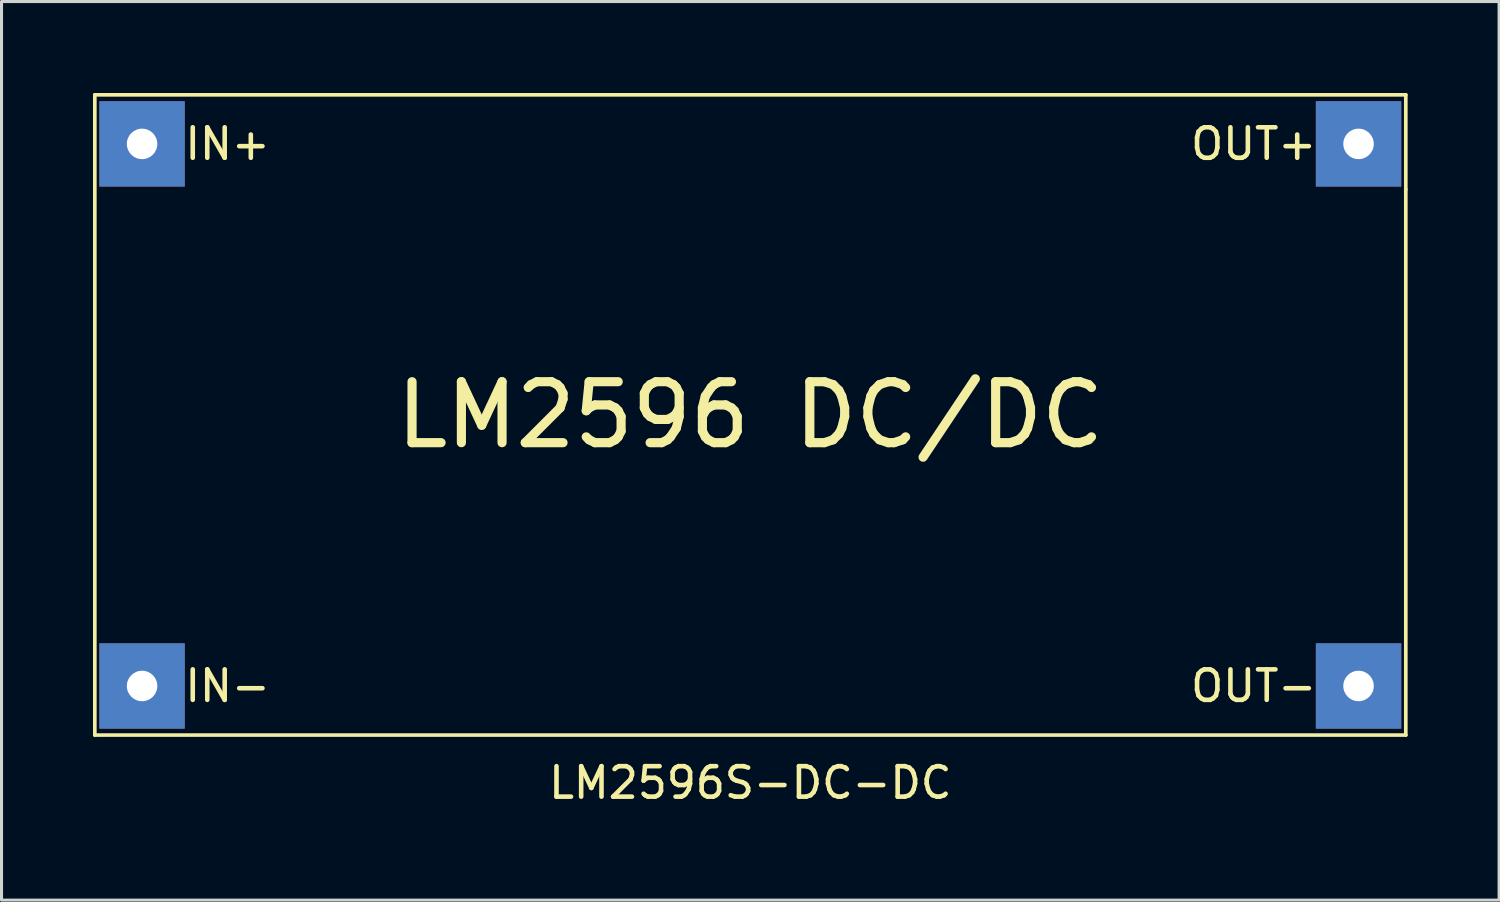
<source format=kicad_pcb>
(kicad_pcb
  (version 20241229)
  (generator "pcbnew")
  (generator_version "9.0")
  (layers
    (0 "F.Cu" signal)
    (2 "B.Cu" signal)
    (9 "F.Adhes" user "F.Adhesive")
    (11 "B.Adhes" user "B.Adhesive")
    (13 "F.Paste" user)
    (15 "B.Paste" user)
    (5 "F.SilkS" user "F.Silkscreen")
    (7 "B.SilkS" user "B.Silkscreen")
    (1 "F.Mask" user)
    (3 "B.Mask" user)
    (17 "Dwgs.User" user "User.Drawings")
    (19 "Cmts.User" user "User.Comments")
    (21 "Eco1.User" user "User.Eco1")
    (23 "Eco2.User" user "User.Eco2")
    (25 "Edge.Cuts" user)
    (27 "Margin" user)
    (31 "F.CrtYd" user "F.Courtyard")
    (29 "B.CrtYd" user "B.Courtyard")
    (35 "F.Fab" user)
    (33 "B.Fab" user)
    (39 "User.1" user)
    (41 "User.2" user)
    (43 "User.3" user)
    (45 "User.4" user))
  (footprint "LM2596S-DC-DC"
    (layer "F.Cu")
    (at 21.56 10.56)
    (property "Reference" "LM2596S-DC-DC" (at 0 12.065 0) (layer "F.SilkS") (effects (font (size 1 1) (thickness 0.15))))
    (attr through_hole)
    (fp_line (start -21.5 -10.5) (end 21.5 -10.5) (stroke (width 0.12) (type solid)) (layer "F.SilkS"))
    (fp_line (start -21.5 10.5) (end -21.5 -10.5) (stroke (width 0.12) (type solid)) (layer "F.SilkS"))
    (fp_line (start 21.5 -10.5) (end 21.5 -7.4) (stroke (width 0.12) (type solid)) (layer "F.SilkS"))
    (fp_line (start 21.5 -7.4) (end 21.5 10.5) (stroke (width 0.12) (type solid)) (layer "F.SilkS"))
    (fp_line (start 21.5 10.5) (end -21.5 10.5) (stroke (width 0.12) (type solid)) (layer "F.SilkS"))
    (fp_text user "LM2596 DC/DC" (at 0 0 0) (layer "F.SilkS") (effects (font (size 2 2) (thickness 0.3))))
    (fp_text user "OUT+" (at 16.51 -8.89 0) (layer "F.SilkS") (effects (font (size 1 1) (thickness 0.15))))
    (fp_text user "OUT-" (at 16.51 8.89 0) (layer "F.SilkS") (effects (font (size 1 1) (thickness 0.15))))
    (fp_text user "IN-" (at -17.145 8.89 0) (layer "F.SilkS") (effects (font (size 1 1) (thickness 0.15))))
    (fp_text user "IN+" (at -17.145 -8.89 0) (layer "F.SilkS") (effects (font (size 1 1) (thickness 0.15))))
    (pad "1" thru_hole rect (at -19.95 -8.89) (size 2.8 2.8) (drill 1) (layers "*.Cu" "*.Mask"))
    (pad "2" thru_hole rect (at -19.95 8.89) (size 2.8 2.8) (drill 1) (layers "*.Cu" "*.Mask"))
    (pad "3" thru_hole rect (at 19.95 -8.89) (size 2.8 2.8) (drill 1) (layers "*.Cu" "*.Mask"))
    (pad "4" thru_hole rect (at 19.95 8.89) (size 2.8 2.8) (drill 1) (layers "*.Cu" "*.Mask")))
  (gr_rect
    (start -3 -3)
    (end 46.12 26.473)
    (stroke (width 0.1) (type default))
    (fill no)
    (layer "Edge.Cuts")))
</source>
